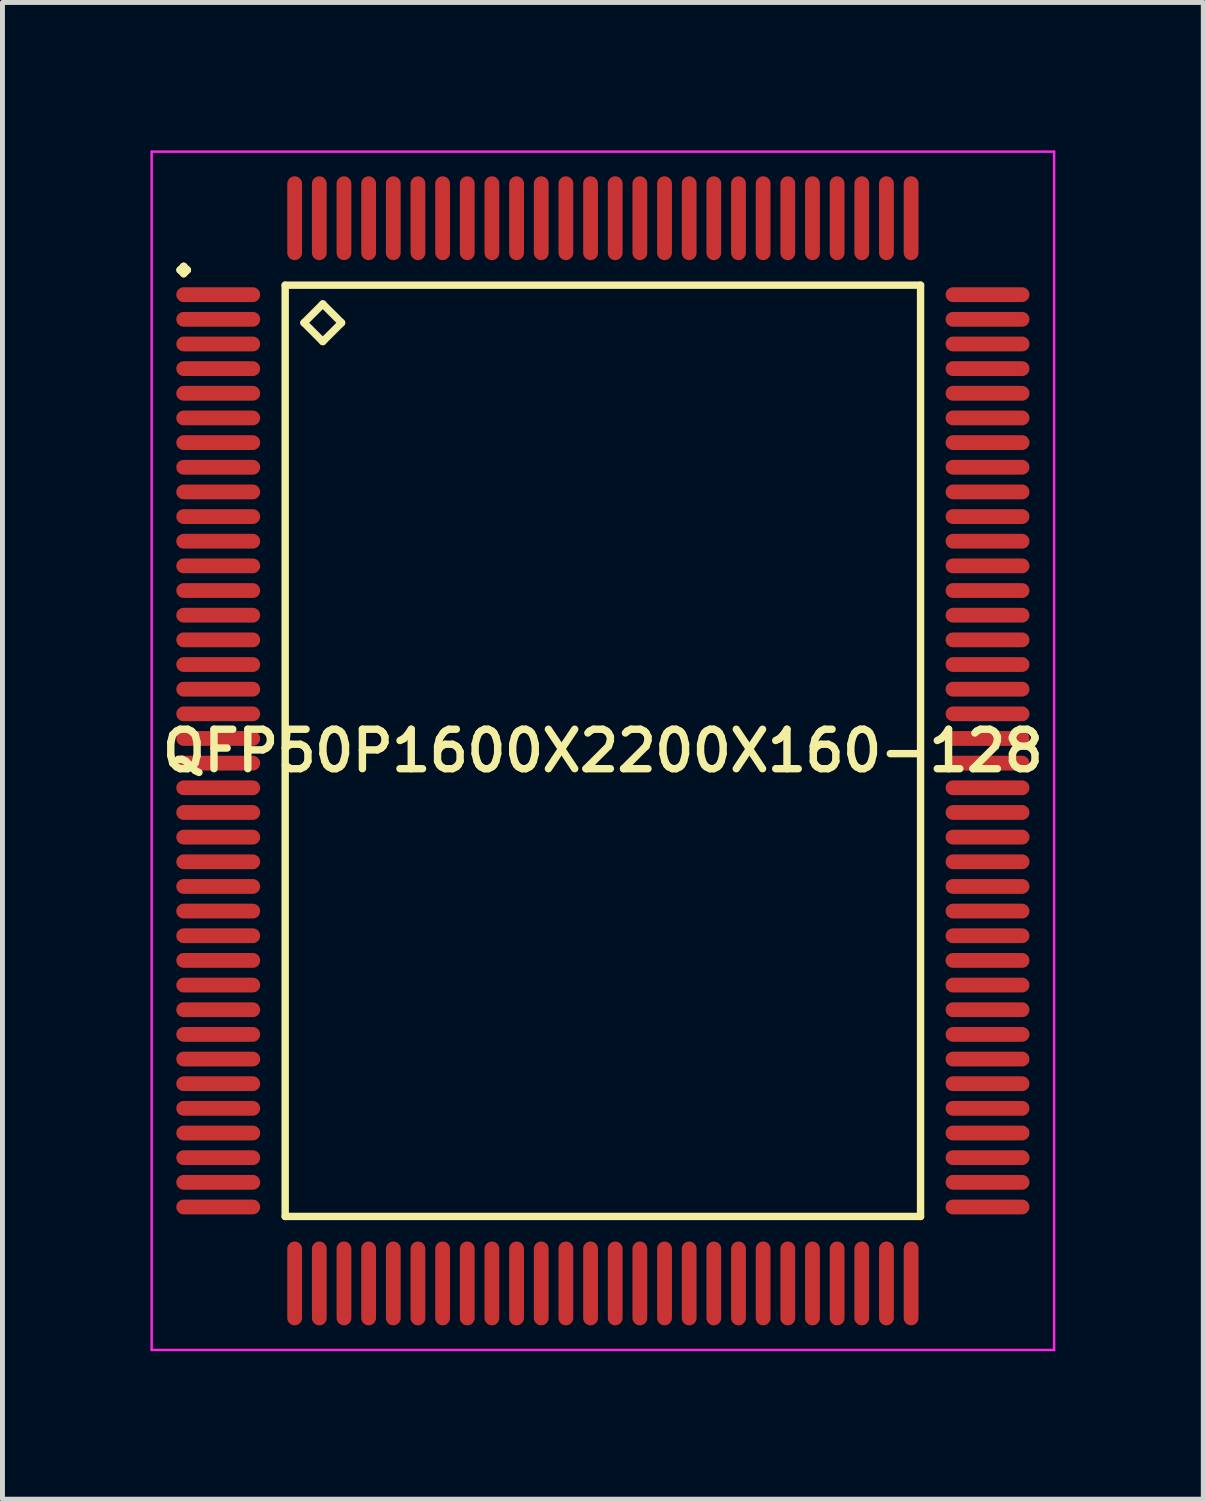
<source format=kicad_pcb>
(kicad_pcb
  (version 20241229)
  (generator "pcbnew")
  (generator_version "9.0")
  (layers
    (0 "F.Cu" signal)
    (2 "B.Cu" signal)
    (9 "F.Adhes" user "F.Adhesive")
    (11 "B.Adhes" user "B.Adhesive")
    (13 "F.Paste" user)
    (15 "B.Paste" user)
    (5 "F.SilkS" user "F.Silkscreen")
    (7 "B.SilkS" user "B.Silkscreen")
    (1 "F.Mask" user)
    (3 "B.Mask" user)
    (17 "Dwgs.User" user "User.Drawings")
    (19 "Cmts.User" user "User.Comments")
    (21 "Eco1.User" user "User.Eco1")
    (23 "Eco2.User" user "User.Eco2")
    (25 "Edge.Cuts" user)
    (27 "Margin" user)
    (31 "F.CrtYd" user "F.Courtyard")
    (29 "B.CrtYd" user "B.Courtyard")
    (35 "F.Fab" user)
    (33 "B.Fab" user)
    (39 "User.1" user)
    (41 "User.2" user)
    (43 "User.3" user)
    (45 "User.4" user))
  (footprint "QFP50P1600X2200X160-128"
    (layer "F.Cu")
    (at 9.175 12.175)
    (property "Reference" "QFP50P1600X2200X160-128" (at 0 0 0) (layer "F.SilkS") (effects (font (size 0.8 0.8) (thickness 0.15))))
    (attr smd)
    (fp_line (start -8.575 -9.75) (end -8.5 -9.825) (stroke (width 0.15) (type solid)) (layer "F.SilkS"))
    (fp_line (start -8.5 -9.825) (end -8.425 -9.75) (stroke (width 0.15) (type solid)) (layer "F.SilkS"))
    (fp_line (start -8.5 -9.675) (end -8.575 -9.75) (stroke (width 0.15) (type solid)) (layer "F.SilkS"))
    (fp_line (start -8.425 -9.75) (end -8.5 -9.675) (stroke (width 0.15) (type solid)) (layer "F.SilkS"))
    (fp_line (start -6.442 -9.442) (end -6.442 9.442) (stroke (width 0.15) (type solid)) (layer "F.SilkS"))
    (fp_line (start -6.442 9.442) (end 6.442 9.442) (stroke (width 0.15) (type solid)) (layer "F.SilkS"))
    (fp_line (start -6.061 -8.68) (end -5.68 -9.061) (stroke (width 0.15) (type solid)) (layer "F.SilkS"))
    (fp_line (start -5.68 -9.061) (end -5.299 -8.68) (stroke (width 0.15) (type solid)) (layer "F.SilkS"))
    (fp_line (start -5.68 -8.299) (end -6.061 -8.68) (stroke (width 0.15) (type solid)) (layer "F.SilkS"))
    (fp_line (start -5.299 -8.68) (end -5.68 -8.299) (stroke (width 0.15) (type solid)) (layer "F.SilkS"))
    (fp_line (start 6.442 -9.442) (end -6.442 -9.442) (stroke (width 0.15) (type solid)) (layer "F.SilkS"))
    (fp_line (start 6.442 9.442) (end 6.442 -9.442) (stroke (width 0.15) (type solid)) (layer "F.SilkS"))
    (fp_line (start -9.15 -12.15) (end 9.15 -12.15) (stroke (width 0.05) (type solid)) (layer "F.CrtYd"))
    (fp_line (start -9.15 12.15) (end -9.15 -12.15) (stroke (width 0.05) (type solid)) (layer "F.CrtYd"))
    (fp_line (start 9.15 -12.15) (end 9.15 12.15) (stroke (width 0.05) (type solid)) (layer "F.CrtYd"))
    (fp_line (start 9.15 12.15) (end -9.15 12.15) (stroke (width 0.05) (type solid)) (layer "F.CrtYd"))
    (pad "1" smd oval (at -7.8 -9.25) (size 1.7 0.3) (layers "F.Cu" "F.Mask" "F.Paste"))
    (pad "2" smd oval (at -7.8 -8.75) (size 1.7 0.3) (layers "F.Cu" "F.Mask" "F.Paste"))
    (pad "3" smd oval (at -7.8 -8.25) (size 1.7 0.3) (layers "F.Cu" "F.Mask" "F.Paste"))
    (pad "4" smd oval (at -7.8 -7.75) (size 1.7 0.3) (layers "F.Cu" "F.Mask" "F.Paste"))
    (pad "5" smd oval (at -7.8 -7.25) (size 1.7 0.3) (layers "F.Cu" "F.Mask" "F.Paste"))
    (pad "6" smd oval (at -7.8 -6.75) (size 1.7 0.3) (layers "F.Cu" "F.Mask" "F.Paste"))
    (pad "7" smd oval (at -7.8 -6.25) (size 1.7 0.3) (layers "F.Cu" "F.Mask" "F.Paste"))
    (pad "8" smd oval (at -7.8 -5.75) (size 1.7 0.3) (layers "F.Cu" "F.Mask" "F.Paste"))
    (pad "9" smd oval (at -7.8 -5.25) (size 1.7 0.3) (layers "F.Cu" "F.Mask" "F.Paste"))
    (pad "10" smd oval (at -7.8 -4.75) (size 1.7 0.3) (layers "F.Cu" "F.Mask" "F.Paste"))
    (pad "11" smd oval (at -7.8 -4.25) (size 1.7 0.3) (layers "F.Cu" "F.Mask" "F.Paste"))
    (pad "12" smd oval (at -7.8 -3.75) (size 1.7 0.3) (layers "F.Cu" "F.Mask" "F.Paste"))
    (pad "13" smd oval (at -7.8 -3.25) (size 1.7 0.3) (layers "F.Cu" "F.Mask" "F.Paste"))
    (pad "14" smd oval (at -7.8 -2.75) (size 1.7 0.3) (layers "F.Cu" "F.Mask" "F.Paste"))
    (pad "15" smd oval (at -7.8 -2.25) (size 1.7 0.3) (layers "F.Cu" "F.Mask" "F.Paste"))
    (pad "16" smd oval (at -7.8 -1.75) (size 1.7 0.3) (layers "F.Cu" "F.Mask" "F.Paste"))
    (pad "17" smd oval (at -7.8 -1.25) (size 1.7 0.3) (layers "F.Cu" "F.Mask" "F.Paste"))
    (pad "18" smd oval (at -7.8 -0.75) (size 1.7 0.3) (layers "F.Cu" "F.Mask" "F.Paste"))
    (pad "19" smd oval (at -7.8 -0.25) (size 1.7 0.3) (layers "F.Cu" "F.Mask" "F.Paste"))
    (pad "20" smd oval (at -7.8 0.25) (size 1.7 0.3) (layers "F.Cu" "F.Mask" "F.Paste"))
    (pad "21" smd oval (at -7.8 0.75) (size 1.7 0.3) (layers "F.Cu" "F.Mask" "F.Paste"))
    (pad "22" smd oval (at -7.8 1.25) (size 1.7 0.3) (layers "F.Cu" "F.Mask" "F.Paste"))
    (pad "23" smd oval (at -7.8 1.75) (size 1.7 0.3) (layers "F.Cu" "F.Mask" "F.Paste"))
    (pad "24" smd oval (at -7.8 2.25) (size 1.7 0.3) (layers "F.Cu" "F.Mask" "F.Paste"))
    (pad "25" smd oval (at -7.8 2.75) (size 1.7 0.3) (layers "F.Cu" "F.Mask" "F.Paste"))
    (pad "26" smd oval (at -7.8 3.25) (size 1.7 0.3) (layers "F.Cu" "F.Mask" "F.Paste"))
    (pad "27" smd oval (at -7.8 3.75) (size 1.7 0.3) (layers "F.Cu" "F.Mask" "F.Paste"))
    (pad "28" smd oval (at -7.8 4.25) (size 1.7 0.3) (layers "F.Cu" "F.Mask" "F.Paste"))
    (pad "29" smd oval (at -7.8 4.75) (size 1.7 0.3) (layers "F.Cu" "F.Mask" "F.Paste"))
    (pad "30" smd oval (at -7.8 5.25) (size 1.7 0.3) (layers "F.Cu" "F.Mask" "F.Paste"))
    (pad "31" smd oval (at -7.8 5.75) (size 1.7 0.3) (layers "F.Cu" "F.Mask" "F.Paste"))
    (pad "32" smd oval (at -7.8 6.25) (size 1.7 0.3) (layers "F.Cu" "F.Mask" "F.Paste"))
    (pad "33" smd oval (at -7.8 6.75) (size 1.7 0.3) (layers "F.Cu" "F.Mask" "F.Paste"))
    (pad "34" smd oval (at -7.8 7.25) (size 1.7 0.3) (layers "F.Cu" "F.Mask" "F.Paste"))
    (pad "35" smd oval (at -7.8 7.75) (size 1.7 0.3) (layers "F.Cu" "F.Mask" "F.Paste"))
    (pad "36" smd oval (at -7.8 8.25) (size 1.7 0.3) (layers "F.Cu" "F.Mask" "F.Paste"))
    (pad "37" smd oval (at -7.8 8.75) (size 1.7 0.3) (layers "F.Cu" "F.Mask" "F.Paste"))
    (pad "38" smd oval (at -7.8 9.25) (size 1.7 0.3) (layers "F.Cu" "F.Mask" "F.Paste"))
    (pad "39" smd oval (at -6.25 10.8) (size 0.3 1.7) (layers "F.Cu" "F.Mask" "F.Paste"))
    (pad "40" smd oval (at -5.75 10.8) (size 0.3 1.7) (layers "F.Cu" "F.Mask" "F.Paste"))
    (pad "41" smd oval (at -5.25 10.8) (size 0.3 1.7) (layers "F.Cu" "F.Mask" "F.Paste"))
    (pad "42" smd oval (at -4.75 10.8) (size 0.3 1.7) (layers "F.Cu" "F.Mask" "F.Paste"))
    (pad "43" smd oval (at -4.25 10.8) (size 0.3 1.7) (layers "F.Cu" "F.Mask" "F.Paste"))
    (pad "44" smd oval (at -3.75 10.8) (size 0.3 1.7) (layers "F.Cu" "F.Mask" "F.Paste"))
    (pad "45" smd oval (at -3.25 10.8) (size 0.3 1.7) (layers "F.Cu" "F.Mask" "F.Paste"))
    (pad "46" smd oval (at -2.75 10.8) (size 0.3 1.7) (layers "F.Cu" "F.Mask" "F.Paste"))
    (pad "47" smd oval (at -2.25 10.8) (size 0.3 1.7) (layers "F.Cu" "F.Mask" "F.Paste"))
    (pad "48" smd oval (at -1.75 10.8) (size 0.3 1.7) (layers "F.Cu" "F.Mask" "F.Paste"))
    (pad "49" smd oval (at -1.25 10.8) (size 0.3 1.7) (layers "F.Cu" "F.Mask" "F.Paste"))
    (pad "50" smd oval (at -0.75 10.8) (size 0.3 1.7) (layers "F.Cu" "F.Mask" "F.Paste"))
    (pad "51" smd oval (at -0.25 10.8) (size 0.3 1.7) (layers "F.Cu" "F.Mask" "F.Paste"))
    (pad "52" smd oval (at 0.25 10.8) (size 0.3 1.7) (layers "F.Cu" "F.Mask" "F.Paste"))
    (pad "53" smd oval (at 0.75 10.8) (size 0.3 1.7) (layers "F.Cu" "F.Mask" "F.Paste"))
    (pad "54" smd oval (at 1.25 10.8) (size 0.3 1.7) (layers "F.Cu" "F.Mask" "F.Paste"))
    (pad "55" smd oval (at 1.75 10.8) (size 0.3 1.7) (layers "F.Cu" "F.Mask" "F.Paste"))
    (pad "56" smd oval (at 2.25 10.8) (size 0.3 1.7) (layers "F.Cu" "F.Mask" "F.Paste"))
    (pad "57" smd oval (at 2.75 10.8) (size 0.3 1.7) (layers "F.Cu" "F.Mask" "F.Paste"))
    (pad "58" smd oval (at 3.25 10.8) (size 0.3 1.7) (layers "F.Cu" "F.Mask" "F.Paste"))
    (pad "59" smd oval (at 3.75 10.8) (size 0.3 1.7) (layers "F.Cu" "F.Mask" "F.Paste"))
    (pad "60" smd oval (at 4.25 10.8) (size 0.3 1.7) (layers "F.Cu" "F.Mask" "F.Paste"))
    (pad "61" smd oval (at 4.75 10.8) (size 0.3 1.7) (layers "F.Cu" "F.Mask" "F.Paste"))
    (pad "62" smd oval (at 5.25 10.8) (size 0.3 1.7) (layers "F.Cu" "F.Mask" "F.Paste"))
    (pad "63" smd oval (at 5.75 10.8) (size 0.3 1.7) (layers "F.Cu" "F.Mask" "F.Paste"))
    (pad "64" smd oval (at 6.25 10.8) (size 0.3 1.7) (layers "F.Cu" "F.Mask" "F.Paste"))
    (pad "65" smd oval (at 7.8 9.25) (size 1.7 0.3) (layers "F.Cu" "F.Mask" "F.Paste"))
    (pad "66" smd oval (at 7.8 8.75) (size 1.7 0.3) (layers "F.Cu" "F.Mask" "F.Paste"))
    (pad "67" smd oval (at 7.8 8.25) (size 1.7 0.3) (layers "F.Cu" "F.Mask" "F.Paste"))
    (pad "68" smd oval (at 7.8 7.75) (size 1.7 0.3) (layers "F.Cu" "F.Mask" "F.Paste"))
    (pad "69" smd oval (at 7.8 7.25) (size 1.7 0.3) (layers "F.Cu" "F.Mask" "F.Paste"))
    (pad "70" smd oval (at 7.8 6.75) (size 1.7 0.3) (layers "F.Cu" "F.Mask" "F.Paste"))
    (pad "71" smd oval (at 7.8 6.25) (size 1.7 0.3) (layers "F.Cu" "F.Mask" "F.Paste"))
    (pad "72" smd oval (at 7.8 5.75) (size 1.7 0.3) (layers "F.Cu" "F.Mask" "F.Paste"))
    (pad "73" smd oval (at 7.8 5.25) (size 1.7 0.3) (layers "F.Cu" "F.Mask" "F.Paste"))
    (pad "74" smd oval (at 7.8 4.75) (size 1.7 0.3) (layers "F.Cu" "F.Mask" "F.Paste"))
    (pad "75" smd oval (at 7.8 4.25) (size 1.7 0.3) (layers "F.Cu" "F.Mask" "F.Paste"))
    (pad "76" smd oval (at 7.8 3.75) (size 1.7 0.3) (layers "F.Cu" "F.Mask" "F.Paste"))
    (pad "77" smd oval (at 7.8 3.25) (size 1.7 0.3) (layers "F.Cu" "F.Mask" "F.Paste"))
    (pad "78" smd oval (at 7.8 2.75) (size 1.7 0.3) (layers "F.Cu" "F.Mask" "F.Paste"))
    (pad "79" smd oval (at 7.8 2.25) (size 1.7 0.3) (layers "F.Cu" "F.Mask" "F.Paste"))
    (pad "80" smd oval (at 7.8 1.75) (size 1.7 0.3) (layers "F.Cu" "F.Mask" "F.Paste"))
    (pad "81" smd oval (at 7.8 1.25) (size 1.7 0.3) (layers "F.Cu" "F.Mask" "F.Paste"))
    (pad "82" smd oval (at 7.8 0.75) (size 1.7 0.3) (layers "F.Cu" "F.Mask" "F.Paste"))
    (pad "83" smd oval (at 7.8 0.25) (size 1.7 0.3) (layers "F.Cu" "F.Mask" "F.Paste"))
    (pad "84" smd oval (at 7.8 -0.25) (size 1.7 0.3) (layers "F.Cu" "F.Mask" "F.Paste"))
    (pad "85" smd oval (at 7.8 -0.75) (size 1.7 0.3) (layers "F.Cu" "F.Mask" "F.Paste"))
    (pad "86" smd oval (at 7.8 -1.25) (size 1.7 0.3) (layers "F.Cu" "F.Mask" "F.Paste"))
    (pad "87" smd oval (at 7.8 -1.75) (size 1.7 0.3) (layers "F.Cu" "F.Mask" "F.Paste"))
    (pad "88" smd oval (at 7.8 -2.25) (size 1.7 0.3) (layers "F.Cu" "F.Mask" "F.Paste"))
    (pad "89" smd oval (at 7.8 -2.75) (size 1.7 0.3) (layers "F.Cu" "F.Mask" "F.Paste"))
    (pad "90" smd oval (at 7.8 -3.25) (size 1.7 0.3) (layers "F.Cu" "F.Mask" "F.Paste"))
    (pad "91" smd oval (at 7.8 -3.75) (size 1.7 0.3) (layers "F.Cu" "F.Mask" "F.Paste"))
    (pad "92" smd oval (at 7.8 -4.25) (size 1.7 0.3) (layers "F.Cu" "F.Mask" "F.Paste"))
    (pad "93" smd oval (at 7.8 -4.75) (size 1.7 0.3) (layers "F.Cu" "F.Mask" "F.Paste"))
    (pad "94" smd oval (at 7.8 -5.25) (size 1.7 0.3) (layers "F.Cu" "F.Mask" "F.Paste"))
    (pad "95" smd oval (at 7.8 -5.75) (size 1.7 0.3) (layers "F.Cu" "F.Mask" "F.Paste"))
    (pad "96" smd oval (at 7.8 -6.25) (size 1.7 0.3) (layers "F.Cu" "F.Mask" "F.Paste"))
    (pad "97" smd oval (at 7.8 -6.75) (size 1.7 0.3) (layers "F.Cu" "F.Mask" "F.Paste"))
    (pad "98" smd oval (at 7.8 -7.25) (size 1.7 0.3) (layers "F.Cu" "F.Mask" "F.Paste"))
    (pad "99" smd oval (at 7.8 -7.75) (size 1.7 0.3) (layers "F.Cu" "F.Mask" "F.Paste"))
    (pad "100" smd oval (at 7.8 -8.25) (size 1.7 0.3) (layers "F.Cu" "F.Mask" "F.Paste"))
    (pad "101" smd oval (at 7.8 -8.75) (size 1.7 0.3) (layers "F.Cu" "F.Mask" "F.Paste"))
    (pad "102" smd oval (at 7.8 -9.25) (size 1.7 0.3) (layers "F.Cu" "F.Mask" "F.Paste"))
    (pad "103" smd oval (at 6.25 -10.8) (size 0.3 1.7) (layers "F.Cu" "F.Mask" "F.Paste"))
    (pad "104" smd oval (at 5.75 -10.8) (size 0.3 1.7) (layers "F.Cu" "F.Mask" "F.Paste"))
    (pad "105" smd oval (at 5.25 -10.8) (size 0.3 1.7) (layers "F.Cu" "F.Mask" "F.Paste"))
    (pad "106" smd oval (at 4.75 -10.8) (size 0.3 1.7) (layers "F.Cu" "F.Mask" "F.Paste"))
    (pad "107" smd oval (at 4.25 -10.8) (size 0.3 1.7) (layers "F.Cu" "F.Mask" "F.Paste"))
    (pad "108" smd oval (at 3.75 -10.8) (size 0.3 1.7) (layers "F.Cu" "F.Mask" "F.Paste"))
    (pad "109" smd oval (at 3.25 -10.8) (size 0.3 1.7) (layers "F.Cu" "F.Mask" "F.Paste"))
    (pad "110" smd oval (at 2.75 -10.8) (size 0.3 1.7) (layers "F.Cu" "F.Mask" "F.Paste"))
    (pad "111" smd oval (at 2.25 -10.8) (size 0.3 1.7) (layers "F.Cu" "F.Mask" "F.Paste"))
    (pad "112" smd oval (at 1.75 -10.8) (size 0.3 1.7) (layers "F.Cu" "F.Mask" "F.Paste"))
    (pad "113" smd oval (at 1.25 -10.8) (size 0.3 1.7) (layers "F.Cu" "F.Mask" "F.Paste"))
    (pad "114" smd oval (at 0.75 -10.8) (size 0.3 1.7) (layers "F.Cu" "F.Mask" "F.Paste"))
    (pad "115" smd oval (at 0.25 -10.8) (size 0.3 1.7) (layers "F.Cu" "F.Mask" "F.Paste"))
    (pad "116" smd oval (at -0.25 -10.8) (size 0.3 1.7) (layers "F.Cu" "F.Mask" "F.Paste"))
    (pad "117" smd oval (at -0.75 -10.8) (size 0.3 1.7) (layers "F.Cu" "F.Mask" "F.Paste"))
    (pad "118" smd oval (at -1.25 -10.8) (size 0.3 1.7) (layers "F.Cu" "F.Mask" "F.Paste"))
    (pad "119" smd oval (at -1.75 -10.8) (size 0.3 1.7) (layers "F.Cu" "F.Mask" "F.Paste"))
    (pad "120" smd oval (at -2.25 -10.8) (size 0.3 1.7) (layers "F.Cu" "F.Mask" "F.Paste"))
    (pad "121" smd oval (at -2.75 -10.8) (size 0.3 1.7) (layers "F.Cu" "F.Mask" "F.Paste"))
    (pad "122" smd oval (at -3.25 -10.8) (size 0.3 1.7) (layers "F.Cu" "F.Mask" "F.Paste"))
    (pad "123" smd oval (at -3.75 -10.8) (size 0.3 1.7) (layers "F.Cu" "F.Mask" "F.Paste"))
    (pad "124" smd oval (at -4.25 -10.8) (size 0.3 1.7) (layers "F.Cu" "F.Mask" "F.Paste"))
    (pad "125" smd oval (at -4.75 -10.8) (size 0.3 1.7) (layers "F.Cu" "F.Mask" "F.Paste"))
    (pad "126" smd oval (at -5.25 -10.8) (size 0.3 1.7) (layers "F.Cu" "F.Mask" "F.Paste"))
    (pad "127" smd oval (at -5.75 -10.8) (size 0.3 1.7) (layers "F.Cu" "F.Mask" "F.Paste"))
    (pad "128" smd oval (at -6.25 -10.8) (size 0.3 1.7) (layers "F.Cu" "F.Mask" "F.Paste")))
  (gr_rect
    (start -3 -3)
    (end 21.35 27.35)
    (stroke (width 0.1) (type default))
    (fill no)
    (layer "Edge.Cuts")))
</source>
